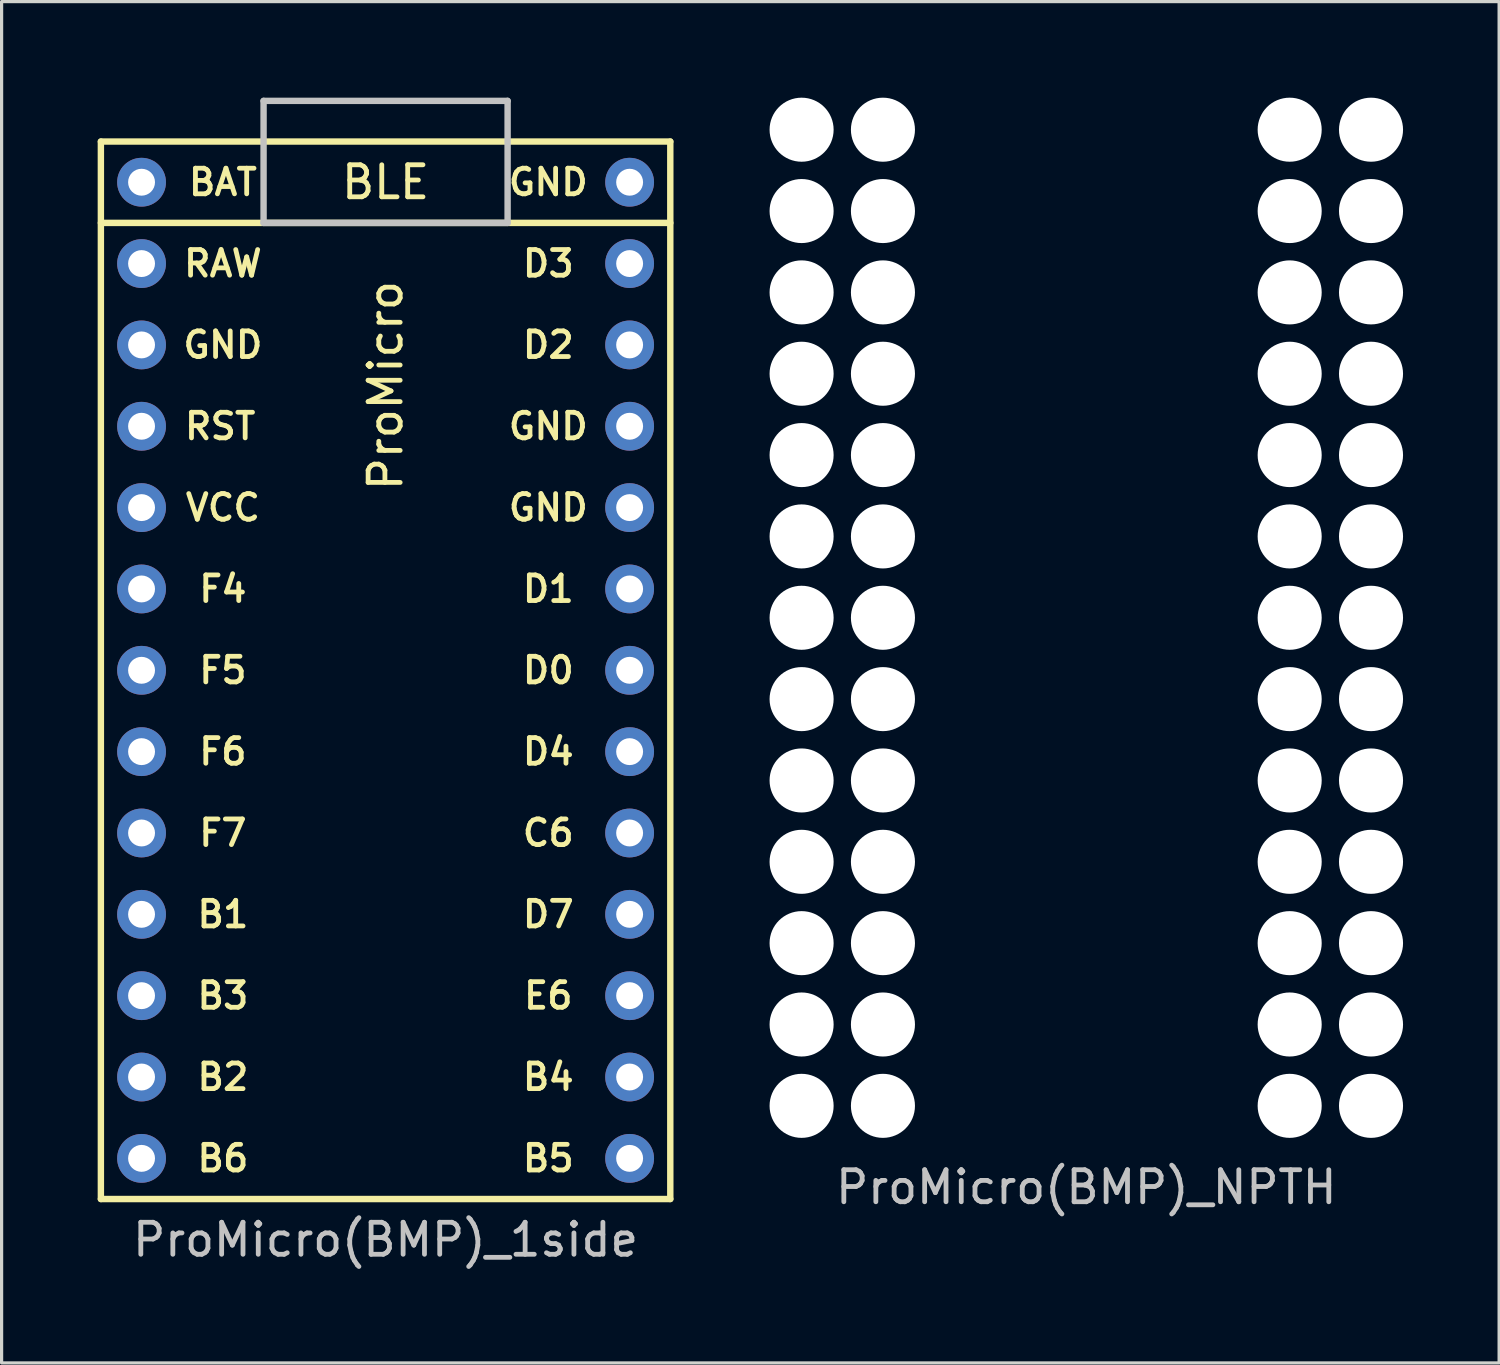
<source format=kicad_pcb>
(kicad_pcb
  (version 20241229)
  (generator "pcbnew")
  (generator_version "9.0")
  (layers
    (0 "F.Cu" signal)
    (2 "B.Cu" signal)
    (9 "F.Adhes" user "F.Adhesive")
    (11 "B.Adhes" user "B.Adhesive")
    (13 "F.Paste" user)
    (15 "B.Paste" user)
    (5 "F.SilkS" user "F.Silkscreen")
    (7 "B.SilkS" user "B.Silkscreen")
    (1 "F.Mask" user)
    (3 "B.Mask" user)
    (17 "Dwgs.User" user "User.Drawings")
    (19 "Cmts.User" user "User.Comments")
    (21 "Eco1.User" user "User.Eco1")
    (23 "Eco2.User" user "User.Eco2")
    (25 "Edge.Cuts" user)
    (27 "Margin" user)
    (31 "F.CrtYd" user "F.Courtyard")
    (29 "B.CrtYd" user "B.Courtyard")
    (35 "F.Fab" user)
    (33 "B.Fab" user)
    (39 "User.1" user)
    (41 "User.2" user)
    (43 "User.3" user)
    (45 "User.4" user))
  (footprint "ProMicro(BMP)_NPTH"
    (layer "F.Cu")
    (at 30.87 17.51)
    (property "Reference" "ProMicro(BMP)_NPTH" (at 0 16.51 180) (layer "Dwgs.User") (effects (font (size 1 1) (thickness 0.15))))
    (attr through_hole)
    (pad "" np_thru_hole circle (at -8.89 -16.51 270) (size 2 2) (drill 2) (layers "*.Cu" "*.Mask"))
    (pad "" np_thru_hole circle (at -8.89 -13.97 270) (size 2 2) (drill 2) (layers "*.Cu" "*.Mask"))
    (pad "" np_thru_hole circle (at -8.89 -11.43 270) (size 2 2) (drill 2) (layers "*.Cu" "*.Mask"))
    (pad "" np_thru_hole circle (at -8.89 -8.89 270) (size 2 2) (drill 2) (layers "*.Cu" "*.Mask"))
    (pad "" np_thru_hole circle (at -8.89 -6.35 270) (size 2 2) (drill 2) (layers "*.Cu" "*.Mask"))
    (pad "" np_thru_hole circle (at -8.89 -3.81 270) (size 2 2) (drill 2) (layers "*.Cu" "*.Mask"))
    (pad "" np_thru_hole circle (at -8.89 -1.27 270) (size 2 2) (drill 2) (layers "*.Cu" "*.Mask"))
    (pad "" np_thru_hole circle (at -8.89 1.27 270) (size 2 2) (drill 2) (layers "*.Cu" "*.Mask"))
    (pad "" np_thru_hole circle (at -8.89 3.81 270) (size 2 2) (drill 2) (layers "*.Cu" "*.Mask"))
    (pad "" np_thru_hole circle (at -8.89 6.35 270) (size 2 2) (drill 2) (layers "*.Cu" "*.Mask"))
    (pad "" np_thru_hole circle (at -8.89 8.89 270) (size 2 2) (drill 2) (layers "*.Cu" "*.Mask"))
    (pad "" np_thru_hole circle (at -8.89 11.43 270) (size 2 2) (drill 2) (layers "*.Cu" "*.Mask"))
    (pad "" np_thru_hole circle (at -8.89 13.97 270) (size 2 2) (drill 2) (layers "*.Cu" "*.Mask"))
    (pad "" np_thru_hole circle (at -6.35 -16.51 270) (size 2 2) (drill 2) (layers "*.Cu" "*.Mask"))
    (pad "" np_thru_hole circle (at -6.35 -13.97 270) (size 2 2) (drill 2) (layers "*.Cu" "*.Mask"))
    (pad "" np_thru_hole circle (at -6.35 -11.43 270) (size 2 2) (drill 2) (layers "*.Cu" "*.Mask"))
    (pad "" np_thru_hole circle (at -6.35 -8.89 270) (size 2 2) (drill 2) (layers "*.Cu" "*.Mask"))
    (pad "" np_thru_hole circle (at -6.35 -6.35 270) (size 2 2) (drill 2) (layers "*.Cu" "*.Mask"))
    (pad "" np_thru_hole circle (at -6.35 -3.81 270) (size 2 2) (drill 2) (layers "*.Cu" "*.Mask"))
    (pad "" np_thru_hole circle (at -6.35 -1.27 270) (size 2 2) (drill 2) (layers "*.Cu" "*.Mask"))
    (pad "" np_thru_hole circle (at -6.35 1.27 270) (size 2 2) (drill 2) (layers "*.Cu" "*.Mask"))
    (pad "" np_thru_hole circle (at -6.35 3.81 270) (size 2 2) (drill 2) (layers "*.Cu" "*.Mask"))
    (pad "" np_thru_hole circle (at -6.35 6.35 270) (size 2 2) (drill 2) (layers "*.Cu" "*.Mask"))
    (pad "" np_thru_hole circle (at -6.35 8.89 270) (size 2 2) (drill 2) (layers "*.Cu" "*.Mask"))
    (pad "" np_thru_hole circle (at -6.35 11.43 270) (size 2 2) (drill 2) (layers "*.Cu" "*.Mask"))
    (pad "" np_thru_hole circle (at -6.35 13.97 270) (size 2 2) (drill 2) (layers "*.Cu" "*.Mask"))
    (pad "" np_thru_hole circle (at 6.35 -16.51 270) (size 2 2) (drill 2) (layers "*.Cu" "*.Mask"))
    (pad "" np_thru_hole circle (at 6.35 -13.97 270) (size 2 2) (drill 2) (layers "*.Cu" "*.Mask"))
    (pad "" np_thru_hole circle (at 6.35 -11.43 270) (size 2 2) (drill 2) (layers "*.Cu" "*.Mask"))
    (pad "" np_thru_hole circle (at 6.35 -8.89 270) (size 2 2) (drill 2) (layers "*.Cu" "*.Mask"))
    (pad "" np_thru_hole circle (at 6.35 -6.35 270) (size 2 2) (drill 2) (layers "*.Cu" "*.Mask"))
    (pad "" np_thru_hole circle (at 6.35 -3.81 270) (size 2 2) (drill 2) (layers "*.Cu" "*.Mask"))
    (pad "" np_thru_hole circle (at 6.35 -1.27 270) (size 2 2) (drill 2) (layers "*.Cu" "*.Mask"))
    (pad "" np_thru_hole circle (at 6.35 1.27 270) (size 2 2) (drill 2) (layers "*.Cu" "*.Mask"))
    (pad "" np_thru_hole circle (at 6.35 3.81 270) (size 2 2) (drill 2) (layers "*.Cu" "*.Mask"))
    (pad "" np_thru_hole circle (at 6.35 6.35 270) (size 2 2) (drill 2) (layers "*.Cu" "*.Mask"))
    (pad "" np_thru_hole circle (at 6.35 8.89 270) (size 2 2) (drill 2) (layers "*.Cu" "*.Mask"))
    (pad "" np_thru_hole circle (at 6.35 11.43 270) (size 2 2) (drill 2) (layers "*.Cu" "*.Mask"))
    (pad "" np_thru_hole circle (at 6.35 13.97 270) (size 2 2) (drill 2) (layers "*.Cu" "*.Mask"))
    (pad "" np_thru_hole circle (at 8.89 -16.51 270) (size 2 2) (drill 2) (layers "*.Cu" "*.Mask"))
    (pad "" np_thru_hole circle (at 8.89 -13.97 270) (size 2 2) (drill 2) (layers "*.Cu" "*.Mask"))
    (pad "" np_thru_hole circle (at 8.89 -11.43 270) (size 2 2) (drill 2) (layers "*.Cu" "*.Mask"))
    (pad "" np_thru_hole circle (at 8.89 -8.89 270) (size 2 2) (drill 2) (layers "*.Cu" "*.Mask"))
    (pad "" np_thru_hole circle (at 8.89 -6.35 270) (size 2 2) (drill 2) (layers "*.Cu" "*.Mask"))
    (pad "" np_thru_hole circle (at 8.89 -3.81 270) (size 2 2) (drill 2) (layers "*.Cu" "*.Mask"))
    (pad "" np_thru_hole circle (at 8.89 -1.27 270) (size 2 2) (drill 2) (layers "*.Cu" "*.Mask"))
    (pad "" np_thru_hole circle (at 8.89 1.27 270) (size 2 2) (drill 2) (layers "*.Cu" "*.Mask"))
    (pad "" np_thru_hole circle (at 8.89 3.81 270) (size 2 2) (drill 2) (layers "*.Cu" "*.Mask"))
    (pad "" np_thru_hole circle (at 8.89 6.35 270) (size 2 2) (drill 2) (layers "*.Cu" "*.Mask"))
    (pad "" np_thru_hole circle (at 8.89 8.89 270) (size 2 2) (drill 2) (layers "*.Cu" "*.Mask"))
    (pad "" np_thru_hole circle (at 8.89 11.43 270) (size 2 2) (drill 2) (layers "*.Cu" "*.Mask"))
    (pad "" np_thru_hole circle (at 8.89 13.97 270) (size 2 2) (drill 2) (layers "*.Cu" "*.Mask")))
  (footprint "ProMicro(BMP)_1side"
    (layer "F.Cu")
    (at 8.99 19.15)
    (property "Reference" "ProMicro(BMP)_1side" (at 0 16.51 180) (layer "Dwgs.User") (effects (font (size 1 1) (thickness 0.15))))
    (attr through_hole)
    (fp_line (start -8.89 -17.78) (end 8.89 -17.78) (stroke (width 0.2) (type solid)) (layer "F.SilkS"))
    (fp_line (start -8.89 15.24) (end -8.89 -17.78) (stroke (width 0.2) (type solid)) (layer "F.SilkS"))
    (fp_line (start 8.89 -17.78) (end 8.89 15.24) (stroke (width 0.2) (type solid)) (layer "F.SilkS"))
    (fp_line (start 8.89 -15.24) (end -8.89 -15.24) (stroke (width 0.2) (type solid)) (layer "F.SilkS"))
    (fp_line (start 8.89 15.24) (end -8.89 15.24) (stroke (width 0.2) (type solid)) (layer "F.SilkS"))
    (fp_line (start -3.81 -19.05) (end -3.81 -15.24) (stroke (width 0.2) (type solid)) (layer "Dwgs.User"))
    (fp_line (start -3.81 -15.24) (end 3.81 -15.24) (stroke (width 0.2) (type solid)) (layer "Dwgs.User"))
    (fp_line (start 3.81 -19.05) (end -3.81 -19.05) (stroke (width 0.2) (type solid)) (layer "Dwgs.User"))
    (fp_line (start 3.81 -15.24) (end 3.81 -19.05) (stroke (width 0.2) (type solid)) (layer "Dwgs.User"))
    (fp_text user "RST" (at -6.35 -8.89 180) (layer "F.SilkS") (effects (font (size 0.8 0.8) (thickness 0.15)) (justify left)))
    (fp_text user "VCC" (at -5.08 -6.35 180) (layer "F.SilkS") (effects (font (size 0.8 0.8) (thickness 0.15))))
    (fp_text user "E6" (at 5.08 8.89 180) (layer "F.SilkS") (effects (font (size 0.8 0.8) (thickness 0.15))))
    (fp_text user "C6" (at 5.08 3.81 180) (layer "F.SilkS") (effects (font (size 0.8 0.8) (thickness 0.15))))
    (fp_text user "GND" (at 5.08 -16.51 180) (layer "F.SilkS") (effects (font (size 0.8 0.8) (thickness 0.15))))
    (fp_text user "B4" (at 5.08 11.43 180) (layer "F.SilkS") (effects (font (size 0.8 0.8) (thickness 0.15))))
    (fp_text user "RAW" (at -5.08 -13.97 180) (layer "F.SilkS") (effects (font (size 0.8 0.8) (thickness 0.15))))
    (fp_text user "D3" (at 5.08 -13.97 180) (layer "F.SilkS") (effects (font (size 0.8 0.8) (thickness 0.15))))
    (fp_text user "F5" (at -5.08 -1.27 180) (layer "F.SilkS") (effects (font (size 0.8 0.8) (thickness 0.15))))
    (fp_text user "D1" (at 5.08 -3.81 180) (layer "F.SilkS") (effects (font (size 0.8 0.8) (thickness 0.15))))
    (fp_text user "D2" (at 5.08 -11.43 180) (layer "F.SilkS") (effects (font (size 0.8 0.8) (thickness 0.15))))
    (fp_text user "D4" (at 5.08 1.27 180) (layer "F.SilkS") (effects (font (size 0.8 0.8) (thickness 0.15))))
    (fp_text user "F7" (at -5.08 3.81 180) (layer "F.SilkS") (effects (font (size 0.8 0.8) (thickness 0.15))))
    (fp_text user "BLE" (at 0 -16.51 0) (layer "F.SilkS") (effects (font (size 1 1) (thickness 0.15))))
    (fp_text user "ProMicro" (at 0 -10.16 90) (layer "F.SilkS") (effects (font (size 1 1) (thickness 0.15))))
    (fp_text user "GND" (at 5.08 -6.35 180) (layer "F.SilkS") (effects (font (size 0.8 0.8) (thickness 0.15))))
    (fp_text user "B1" (at -5.08 6.35 180) (layer "F.SilkS") (effects (font (size 0.8 0.8) (thickness 0.15))))
    (fp_text user "B2" (at -5.08 11.43 180) (layer "F.SilkS") (effects (font (size 0.8 0.8) (thickness 0.15))))
    (fp_text user "F4" (at -5.08 -3.81 180) (layer "F.SilkS") (effects (font (size 0.8 0.8) (thickness 0.15))))
    (fp_text user "B6" (at -5.08 13.97 180) (layer "F.SilkS") (effects (font (size 0.8 0.8) (thickness 0.15))))
    (fp_text user "D0" (at 5.08 -1.27 180) (layer "F.SilkS") (effects (font (size 0.8 0.8) (thickness 0.15))))
    (fp_text user "D7" (at 5.08 6.35 180) (layer "F.SilkS") (effects (font (size 0.8 0.8) (thickness 0.15))))
    (fp_text user "F6" (at -5.08 1.27 180) (layer "F.SilkS") (effects (font (size 0.8 0.8) (thickness 0.15))))
    (fp_text user "GND" (at 5.08 -8.89 180) (layer "F.SilkS") (effects (font (size 0.8 0.8) (thickness 0.15))))
    (fp_text user "BAT" (at -5.08 -16.51 180) (layer "F.SilkS") (effects (font (size 0.8 0.8) (thickness 0.15))))
    (fp_text user "B5" (at 5.08 13.97 180) (layer "F.SilkS") (effects (font (size 0.8 0.8) (thickness 0.15))))
    (fp_text user "GND" (at -5.08 -11.43 180) (layer "F.SilkS") (effects (font (size 0.8 0.8) (thickness 0.15))))
    (fp_text user "B3" (at -5.08 8.89 180) (layer "F.SilkS") (effects (font (size 0.8 0.8) (thickness 0.15))))
    (pad "1" thru_hole circle (at 7.62 -13.97 270) (size 1.524 1.524) (drill 0.84) (layers "*.Cu" "*.Mask"))
    (pad "2" thru_hole circle (at 7.62 -11.43 270) (size 1.524 1.524) (drill 0.84) (layers "*.Cu" "*.Mask"))
    (pad "3" thru_hole circle (at 7.62 -8.89 270) (size 1.524 1.524) (drill 0.84) (layers "*.Cu" "*.Mask"))
    (pad "4" thru_hole circle (at 7.62 -6.35 270) (size 1.524 1.524) (drill 0.84) (layers "*.Cu" "*.Mask"))
    (pad "5" thru_hole circle (at 7.62 -3.81 270) (size 1.524 1.524) (drill 0.84) (layers "*.Cu" "*.Mask"))
    (pad "6" thru_hole circle (at 7.62 -1.27 270) (size 1.524 1.524) (drill 0.84) (layers "*.Cu" "*.Mask"))
    (pad "7" thru_hole circle (at 7.62 1.27 270) (size 1.524 1.524) (drill 0.84) (layers "*.Cu" "*.Mask"))
    (pad "8" thru_hole circle (at 7.62 3.81 270) (size 1.524 1.524) (drill 0.84) (layers "*.Cu" "*.Mask"))
    (pad "9" thru_hole circle (at 7.62 6.35 270) (size 1.524 1.524) (drill 0.84) (layers "*.Cu" "*.Mask"))
    (pad "10" thru_hole circle (at 7.62 8.89 270) (size 1.524 1.524) (drill 0.84) (layers "*.Cu" "*.Mask"))
    (pad "11" thru_hole circle (at 7.62 11.43 270) (size 1.524 1.524) (drill 0.84) (layers "*.Cu" "*.Mask"))
    (pad "12" thru_hole circle (at 7.62 13.97 270) (size 1.524 1.524) (drill 0.84) (layers "*.Cu" "*.Mask"))
    (pad "13" thru_hole circle (at -7.62 13.97 270) (size 1.524 1.524) (drill 0.84) (layers "*.Cu" "*.Mask"))
    (pad "14" thru_hole circle (at -7.62 11.43 270) (size 1.524 1.524) (drill 0.84) (layers "*.Cu" "*.Mask"))
    (pad "15" thru_hole circle (at -7.62 8.89 270) (size 1.524 1.524) (drill 0.84) (layers "*.Cu" "*.Mask"))
    (pad "16" thru_hole circle (at -7.62 6.35 270) (size 1.524 1.524) (drill 0.84) (layers "*.Cu" "*.Mask"))
    (pad "17" thru_hole circle (at -7.62 3.81 270) (size 1.524 1.524) (drill 0.84) (layers "*.Cu" "*.Mask"))
    (pad "18" thru_hole circle (at -7.62 1.27 270) (size 1.524 1.524) (drill 0.84) (layers "*.Cu" "*.Mask"))
    (pad "19" thru_hole circle (at -7.62 -1.27 270) (size 1.524 1.524) (drill 0.84) (layers "*.Cu" "*.Mask"))
    (pad "20" thru_hole circle (at -7.62 -3.81 270) (size 1.524 1.524) (drill 0.84) (layers "*.Cu" "*.Mask"))
    (pad "21" thru_hole circle (at -7.62 -6.35 270) (size 1.524 1.524) (drill 0.84) (layers "*.Cu" "*.Mask"))
    (pad "22" thru_hole circle (at -7.62 -8.89 270) (size 1.524 1.524) (drill 0.84) (layers "*.Cu" "*.Mask"))
    (pad "23" thru_hole circle (at -7.62 -11.43 270) (size 1.524 1.524) (drill 0.84) (layers "*.Cu" "*.Mask"))
    (pad "24" thru_hole circle (at -7.62 -13.97 270) (size 1.524 1.524) (drill 0.84) (layers "*.Cu" "*.Mask"))
    (pad "25" thru_hole circle (at -7.62 -16.51 270) (size 1.524 1.524) (drill 0.84) (layers "*.Cu" "*.Mask"))
    (pad "26" thru_hole circle (at 7.62 -16.51 270) (size 1.524 1.524) (drill 0.84) (layers "*.Cu" "*.Mask")))
  (gr_rect
    (start -3 -3)
    (end 43.76 39.508)
    (stroke (width 0.1) (type default))
    (fill no)
    (layer "Edge.Cuts")))
</source>
